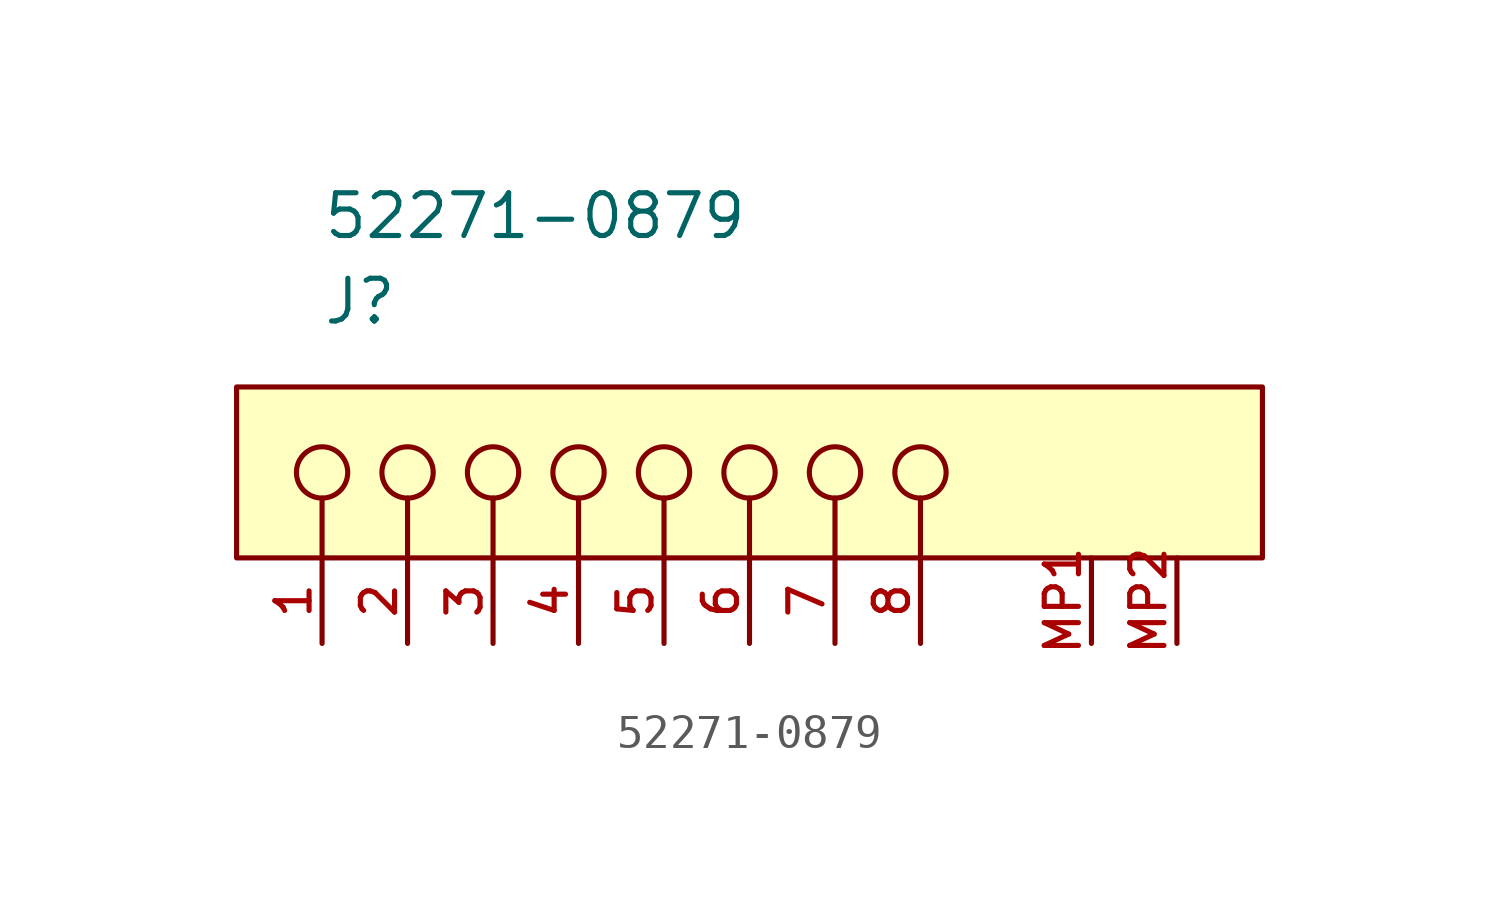
<source format=kicad_sym>
(kicad_symbol_lib
  (version 20210619)
  (generator kicad_symbol_editor)
  (symbol "52271-0879"
    (pin_names
      (offset 0))
    (property "Reference" "J"
      (at 0 12.7 0)
      (effects (font (size 1.27 1.27)) (justify left)))
    (property "Value" "52271-0879"
      (at 0 15.24 0)
      (effects (font (size 1.27 1.27)) (justify left)))
    (property "ki_locked" ""
      (at 0 0 0)
      (effects (font (size 1.27 1.27))))
    (symbol "52271-0879_1_1"
      (circle (center 0 7.62) (radius 0.762) (stroke (width 0)) (fill (type none)))
      (circle (center 2.54 7.62) (radius 0.762) (stroke (width 0)) (fill (type none)))
      (circle (center 5.08 7.62) (radius 0.762) (stroke (width 0)) (fill (type none)))
      (circle (center 7.62 7.62) (radius 0.762) (stroke (width 0)) (fill (type none)))
      (circle (center 10.16 7.62) (radius 0.762) (stroke (width 0)) (fill (type none)))
      (circle (center 12.7 7.62) (radius 0.762) (stroke (width 0)) (fill (type none)))
      (circle (center 15.24 7.62) (radius 0.762) (stroke (width 0)) (fill (type none)))
      (circle (center 17.78 7.62) (radius 0.762) (stroke (width 0)) (fill (type none)))
      (rectangle (start -2.54 10.16) (end 27.94 5.08) (stroke (width 0)) (fill (type background)))
      (polyline (pts (xy 0 5.08) (xy 0 6.858)) (stroke (width 0)) (fill (type none)))
      (polyline (pts (xy 2.54 5.08) (xy 2.54 6.858)) (stroke (width 0)) (fill (type none)))
      (polyline (pts (xy 5.08 5.08) (xy 5.08 6.858)) (stroke (width 0)) (fill (type none)))
      (polyline (pts (xy 7.62 5.08) (xy 7.62 6.858)) (stroke (width 0)) (fill (type none)))
      (polyline (pts (xy 10.16 5.08) (xy 10.16 6.858)) (stroke (width 0)) (fill (type none)))
      (polyline (pts (xy 12.7 5.08) (xy 12.7 6.858)) (stroke (width 0)) (fill (type none)))
      (polyline (pts (xy 15.24 5.08) (xy 15.24 6.858)) (stroke (width 0)) (fill (type none)))
      (polyline (pts (xy 17.78 5.08) (xy 17.78 6.858)) (stroke (width 0)) (fill (type none)))
      (pin passive line (at 0 2.54 90) (length 2.54) (name "1" (effects (font (size 0 0)))) (number "1" (effects (font (size 1.016 1.016)))))
      (pin passive line (at 2.54 2.54 90) (length 2.54) (name "2" (effects (font (size 0 0)))) (number "2" (effects (font (size 1.016 1.016)))))
      (pin passive line (at 5.08 2.54 90) (length 2.54) (name "3" (effects (font (size 0 0)))) (number "3" (effects (font (size 1.016 1.016)))))
      (pin passive line (at 7.62 2.54 90) (length 2.54) (name "4" (effects (font (size 0 0)))) (number "4" (effects (font (size 1.016 1.016)))))
      (pin passive line (at 10.16 2.54 90) (length 2.54) (name "5" (effects (font (size 0 0)))) (number "5" (effects (font (size 1.016 1.016)))))
      (pin passive line (at 12.7 2.54 90) (length 2.54) (name "6" (effects (font (size 0 0)))) (number "6" (effects (font (size 1.016 1.016)))))
      (pin passive line (at 15.24 2.54 90) (length 2.54) (name "7" (effects (font (size 0 0)))) (number "7" (effects (font (size 1.016 1.016)))))
      (pin passive line (at 17.78 2.54 90) (length 2.54) (name "8" (effects (font (size 0 0)))) (number "8" (effects (font (size 1.016 1.016)))))
      (pin passive line (at 22.86 2.54 90) (length 2.54) (name "MP1" (effects (font (size 0 0)))) (number "MP1" (effects (font (size 1.016 1.016)))))
      (pin passive line (at 25.4 2.54 90) (length 2.54) (name "MP2" (effects (font (size 0 0)))) (number "MP2" (effects (font (size 1.016 1.016))))))))
</source>
